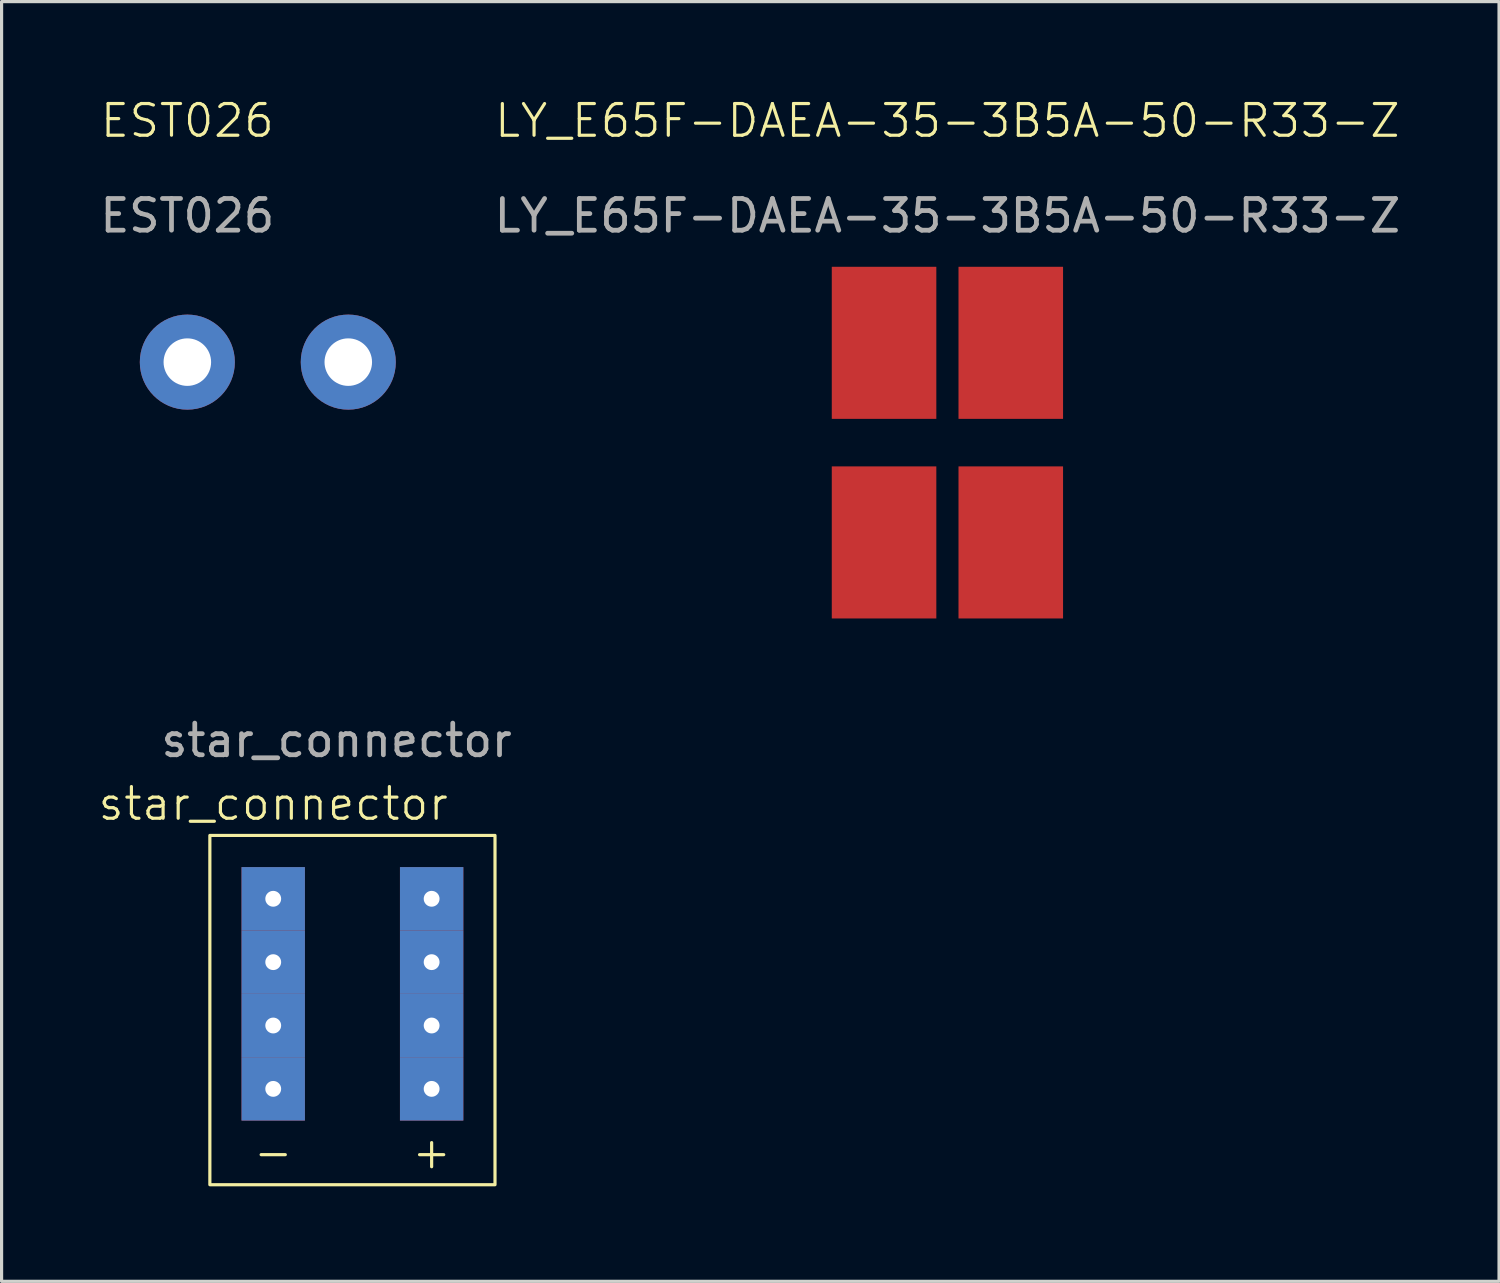
<source format=kicad_pcb>
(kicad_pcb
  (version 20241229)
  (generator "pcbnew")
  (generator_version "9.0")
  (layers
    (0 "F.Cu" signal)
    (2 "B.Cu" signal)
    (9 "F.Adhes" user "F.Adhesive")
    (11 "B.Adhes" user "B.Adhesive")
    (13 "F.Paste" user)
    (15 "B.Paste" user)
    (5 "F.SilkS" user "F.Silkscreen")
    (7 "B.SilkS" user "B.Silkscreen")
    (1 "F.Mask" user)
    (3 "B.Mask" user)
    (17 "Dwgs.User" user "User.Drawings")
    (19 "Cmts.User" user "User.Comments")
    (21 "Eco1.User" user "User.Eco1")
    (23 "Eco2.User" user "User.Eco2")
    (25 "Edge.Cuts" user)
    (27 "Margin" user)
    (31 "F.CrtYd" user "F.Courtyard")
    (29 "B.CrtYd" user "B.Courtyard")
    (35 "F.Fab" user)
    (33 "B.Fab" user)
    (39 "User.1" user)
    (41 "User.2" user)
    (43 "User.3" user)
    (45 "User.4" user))
  (footprint "LY_E65F-DAEA-35-3B5A-50-R33-Z"
    (layer "F.Cu")
    (at 26.854 10.921)
    (property "Reference" "LY_E65F-DAEA-35-3B5A-50-R33-Z" (at 0 -10.16 0) (unlocked yes) (layer "F.SilkS") (effects (font (size 1 1) (thickness 0.1))))
    (attr smd)
    (fp_text user "${REFERENCE}" (at 0 -7.16 0) (unlocked yes) (layer "F.Fab") (effects (font (size 1 1) (thickness 0.15))))
    (pad "1" smd rect (at -2 -3.15) (size 3.3 4.8) (layers "F.Cu" "F.Mask" "F.Paste"))
    (pad "2" smd rect (at 2 3.15) (size 3.3 4.8) (layers "F.Cu" "F.Mask" "F.Paste"))
    (pad "3" smd rect (at 2 -3.15) (size 3.3 4.8) (layers "F.Cu" "F.Mask" "F.Paste"))
    (pad "4" smd rect (at -2 3.15) (size 3.3 4.8) (layers "F.Cu" "F.Mask" "F.Paste")))
  (footprint "star_connector"
    (layer "F.Cu")
    (at 7.574 26.319)
    (property "Reference" "star_connector" (at -2 -4 0) (unlocked yes) (layer "F.SilkS") (effects (font (size 1 1) (thickness 0.1))))
    (attr through_hole)
    (fp_rect (start -4 -3) (end 5 8.025) (stroke (width 0.1) (type default)) (fill no) (layer "F.SilkS"))
    (fp_text user "+" (at 3 7 0) (unlocked yes) (layer "F.SilkS") (effects (font (size 1 1) (thickness 0.1))))
    (fp_text user "-" (at -2 7 0) (unlocked yes) (layer "F.SilkS") (effects (font (size 1 1) (thickness 0.1))))
    (fp_text user "${REFERENCE}" (at 0 -6 0) (unlocked yes) (layer "F.Fab") (effects (font (size 1 1) (thickness 0.15))))
    (pad "1" thru_hole rect (at -2 -1) (size 2 2) (drill 0.5) (layers "*.Cu" "*.Mask"))
    (pad "1" thru_hole rect (at -2 1) (size 2 2) (drill 0.5) (layers "*.Cu" "*.Mask"))
    (pad "1" thru_hole rect (at -2 3) (size 2 2) (drill 0.5) (layers "*.Cu" "*.Mask"))
    (pad "1" thru_hole rect (at -2 5) (size 2 2) (drill 0.5) (layers "*.Cu" "*.Mask"))
    (pad "2" thru_hole rect (at 3 -1) (size 2 2) (drill 0.5) (layers "*.Cu" "*.Mask"))
    (pad "2" thru_hole rect (at 3 1) (size 2 2) (drill 0.5) (layers "*.Cu" "*.Mask"))
    (pad "2" thru_hole rect (at 3 3) (size 2 2) (drill 0.5) (layers "*.Cu" "*.Mask"))
    (pad "2" thru_hole rect (at 3 5) (size 2 2) (drill 0.5) (layers "*.Cu" "*.Mask")))
  (footprint "EST026"
    (layer "F.Cu")
    (at 2.863 8.38)
    (property "Reference" "EST026" (at 0 -7.62 0) (unlocked yes) (layer "F.SilkS") (effects (font (size 1 1) (thickness 0.1))))
    (attr through_hole)
    (fp_text user "${REFERENCE}" (at 0 -4.62 0) (unlocked yes) (layer "F.Fab") (effects (font (size 1 1) (thickness 0.15))))
    (pad "1" thru_hole circle (at 0 0) (size 3 3) (drill 1.5) (layers "*.Cu" "*.Mask"))
    (pad "1" thru_hole circle (at 5.08 0) (size 3 3) (drill 1.5) (layers "*.Cu" "*.Mask")))
  (gr_rect
    (start -3 -3)
    (end 44.265 37.394)
    (stroke (width 0.1) (type default))
    (fill no)
    (layer "Edge.Cuts")))
</source>
